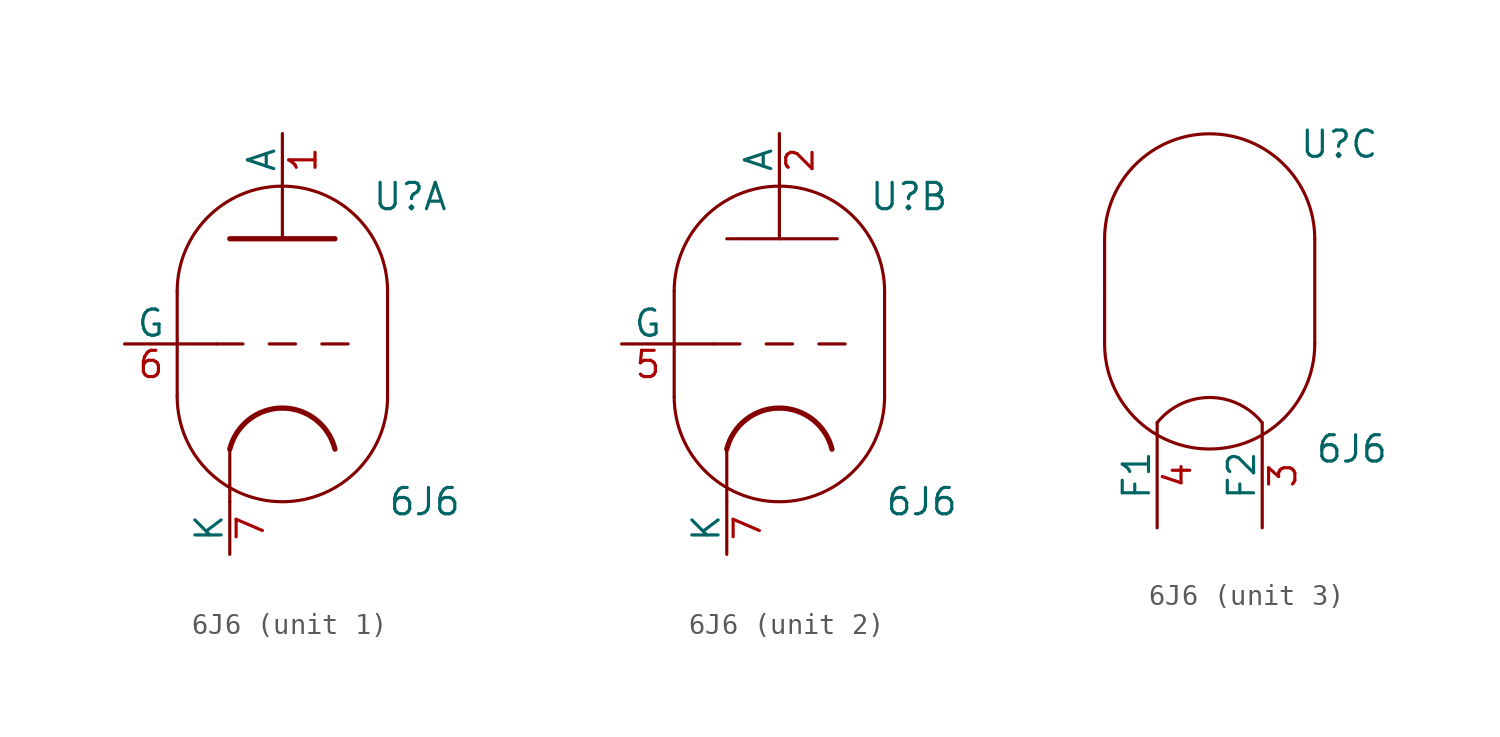
<source format=kicad_sym>
(kicad_symbol_lib
  (version 20220914)
  (generator kicad_symbol_editor)
  (symbol "6J6"
    (pin_names
      (offset 0))
    (property "Reference" "U"
      (at 4.318 7.112 0)
      (effects (font (size 1.27 1.27)) (justify left)))
    (property "Value" "6J6"
      (at 5.08 -7.62 0)
      (effects (font (size 1.27 1.27)) (justify left)))
    (property "ki_locked" ""
      (at 0 0 0)
      (effects (font (size 1.27 1.27))))
    (symbol "6J6_0_1"
      (arc (start -5.08 -2.54) (mid 0 -7.62) (end 5.08 -2.54) (stroke (width 0) (type solid)) (fill (type none)))
      (polyline (pts (xy -5.08 0) (xy -5.08 -2.54)) (stroke (width 0) (type solid)) (fill (type none)))
      (polyline (pts (xy -5.08 2.54) (xy -5.08 0)) (stroke (width 0) (type solid)) (fill (type none)))
      (polyline (pts (xy 5.08 2.54) (xy 5.08 -2.54)) (stroke (width 0) (type solid)) (fill (type none)))
      (arc (start 5.08 2.54) (mid 0 7.62) (end -5.08 2.54) (stroke (width 0) (type solid)) (fill (type none))))
    (symbol "6J6_1_0"
      (polyline (pts (xy -2.54 -5.08) (xy -2.54 -7.62)) (stroke (width 0) (type solid)) (fill (type none)))
      (polyline (pts (xy 0 5.08) (xy 0 7.62)) (stroke (width 0) (type solid)) (fill (type none))))
    (symbol "6J6_1_1"
      (polyline (pts (xy -5.08 0) (xy -3.175 0)) (stroke (width 0) (type solid)) (fill (type none)))
      (polyline (pts (xy -1.905 0) (xy -3.175 0)) (stroke (width 0.152) (type solid)) (fill (type none)))
      (polyline (pts (xy -0.635 0) (xy 0.635 0)) (stroke (width 0.152) (type solid)) (fill (type none)))
      (polyline (pts (xy 1.905 0) (xy 3.175 0)) (stroke (width 0.152) (type solid)) (fill (type none)))
      (polyline (pts (xy -2.54 5.08) (xy 2.54 5.08) (xy 2.54 5.08)) (stroke (width 0.254) (type solid)) (fill (type none)))
      (arc (start 2.54 -5.08) (mid 0 -3.0968) (end -2.54 -5.08) (stroke (width 0.254) (type solid)) (fill (type none)))
      (pin output line (at 0 10.16 270) (length 2.54) (name "A" (effects (font (size 1.27 1.27)))) (number "1" (effects (font (size 1.27 1.27)))))
      (pin input line (at -7.62 0 0) (length 2.54) (name "G" (effects (font (size 1.27 1.27)))) (number "6" (effects (font (size 1.27 1.27)))))
      (pin bidirectional line (at -2.54 -10.16 90) (length 2.54) (name "K" (effects (font (size 1.27 1.27)))) (number "7" (effects (font (size 1.27 1.27))))))
    (symbol "6J6_2_0"
      (polyline (pts (xy -5.08 0) (xy -3.175 0)) (stroke (width 0) (type solid)) (fill (type none)))
      (polyline (pts (xy -2.54 -5.08) (xy -2.54 -7.62)) (stroke (width 0) (type solid)) (fill (type none)))
      (polyline (pts (xy -1.905 0) (xy -3.175 0)) (stroke (width 0.152) (type solid)) (fill (type none)))
      (polyline (pts (xy -0.635 0) (xy 0.635 0)) (stroke (width 0.152) (type solid)) (fill (type none)))
      (polyline (pts (xy 0 5.08) (xy 0 7.62)) (stroke (width 0) (type solid)) (fill (type none)))
      (polyline (pts (xy 1.905 0) (xy 3.175 0)) (stroke (width 0.152) (type solid)) (fill (type none)))
      (polyline (pts (xy 2.794 5.08) (xy -2.54 5.08) (xy -2.54 5.08)) (stroke (width 0.152) (type solid)) (fill (type none))))
    (symbol "6J6_2_1"
      (arc (start 2.54 -5.08) (mid 0 -3.0968) (end -2.54 -5.08) (stroke (width 0.254) (type solid)) (fill (type none)))
      (pin output line (at 0 10.16 270) (length 2.54) (name "A" (effects (font (size 1.27 1.27)))) (number "2" (effects (font (size 1.27 1.27)))))
      (pin input line (at -7.62 0 0) (length 2.54) (name "G" (effects (font (size 1.27 1.27)))) (number "5" (effects (font (size 1.27 1.27)))))
      (pin bidirectional line (at -2.54 -10.16 90) (length 2.54) (name "K" (effects (font (size 1.27 1.27)))) (number "7" (effects (font (size 1.27 1.27))))))
    (symbol "6J6_3_1"
      (arc (start 2.54 -6.35) (mid 0 -5.1292) (end -2.54 -6.35) (stroke (width 0) (type solid)) (fill (type none)))
      (pin power_in line (at 2.54 -11.43 90) (length 5.08) (name "F2" (effects (font (size 1.27 1.27)))) (number "3" (effects (font (size 1.27 1.27)))))
      (pin power_in line (at -2.54 -11.43 90) (length 5.08) (name "F1" (effects (font (size 1.27 1.27)))) (number "4" (effects (font (size 1.27 1.27))))))))
</source>
